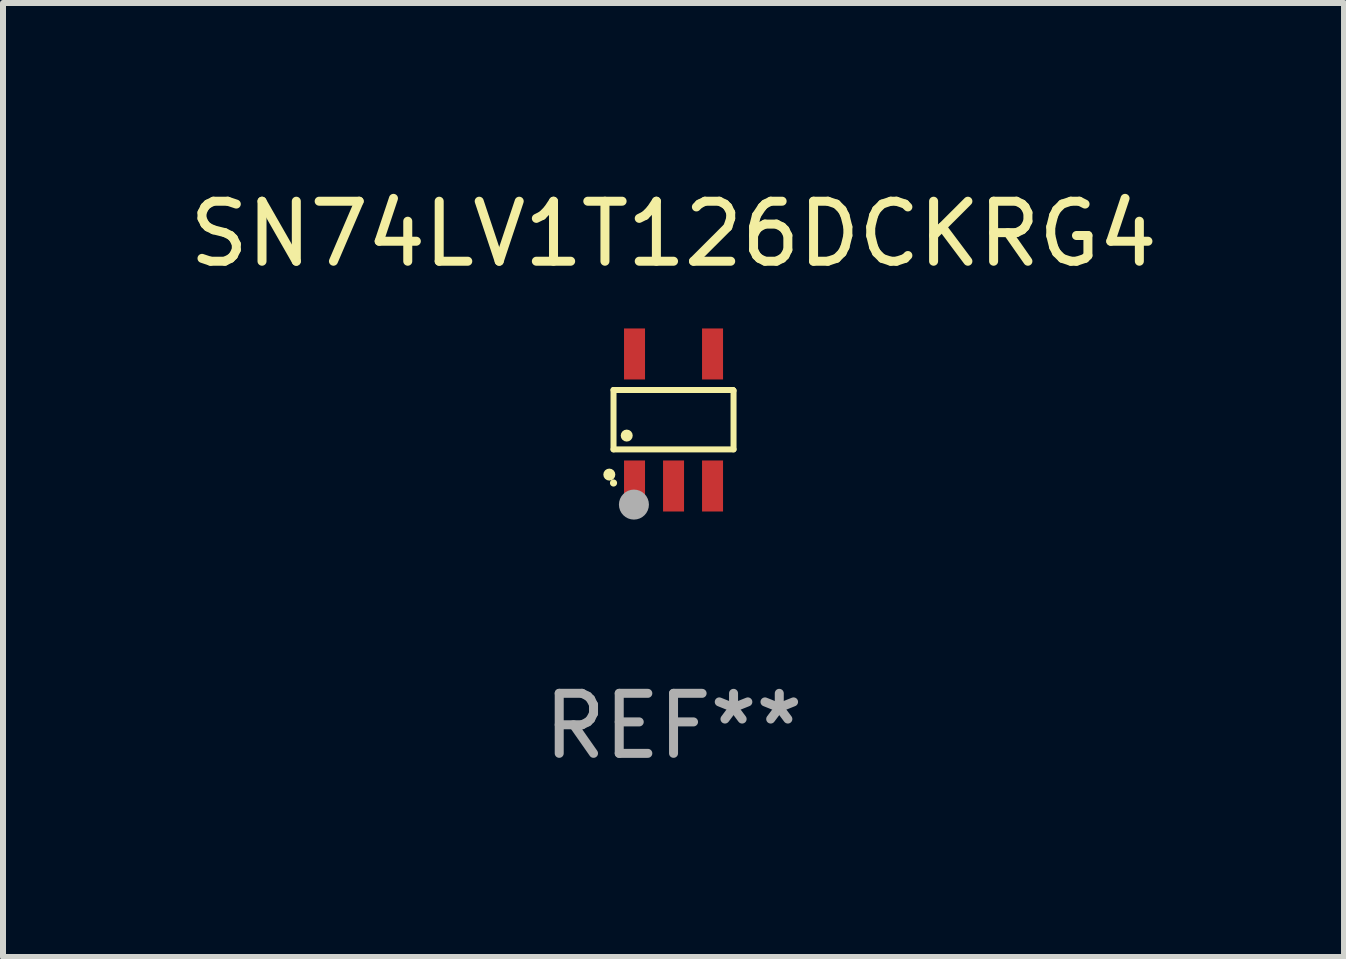
<source format=kicad_pcb>
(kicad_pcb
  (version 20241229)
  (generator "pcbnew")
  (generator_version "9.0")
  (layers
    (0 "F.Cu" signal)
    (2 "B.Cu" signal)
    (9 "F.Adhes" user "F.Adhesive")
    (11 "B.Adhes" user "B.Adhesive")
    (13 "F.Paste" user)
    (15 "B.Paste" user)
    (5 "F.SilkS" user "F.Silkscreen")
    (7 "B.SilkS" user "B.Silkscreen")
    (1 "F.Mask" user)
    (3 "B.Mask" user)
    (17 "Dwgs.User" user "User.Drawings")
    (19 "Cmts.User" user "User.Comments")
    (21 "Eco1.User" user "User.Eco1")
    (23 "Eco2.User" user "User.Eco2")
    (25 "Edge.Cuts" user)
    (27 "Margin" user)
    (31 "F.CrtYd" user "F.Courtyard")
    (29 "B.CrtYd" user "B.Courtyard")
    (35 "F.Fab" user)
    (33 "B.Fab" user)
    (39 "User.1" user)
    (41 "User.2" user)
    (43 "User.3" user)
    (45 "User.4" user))
  (footprint "SN74LV1T126DCKRG4"
    (layer "F.Cu")
    (at 8.173 3.948)
    (property "Reference" "SN74LV1T126DCKRG4" (at 0 -3.1 0) (layer "F.SilkS") (effects (font (size 1 1) (thickness 0.15))))
    (attr through_hole)
    (fp_line (start -1 -0.5) (end -1 0.49) (stroke (width 0.1) (type solid)) (layer "F.SilkS"))
    (fp_line (start -1 0.49) (end 1 0.49) (stroke (width 0.1) (type solid)) (layer "F.SilkS"))
    (fp_line (start 0.99 -0.5) (end -1 -0.5) (stroke (width 0.1) (type solid)) (layer "F.SilkS"))
    (fp_line (start 1 -0.49) (end 0.99 -0.5) (stroke (width 0.1) (type solid)) (layer "F.SilkS"))
    (fp_line (start 1 0.49) (end 1 -0.49) (stroke (width 0.1) (type solid)) (layer "F.SilkS"))
    (fp_circle (center -1.07 0.91) (end -1.02 0.91) (stroke (width 0.1) (type solid)) (fill no) (layer "F.SilkS"))
    (fp_circle (center -1 1.05) (end -0.97 1.05) (stroke (width 0.06) (type solid)) (fill no) (layer "F.SilkS"))
    (fp_circle (center -0.78 0.26) (end -0.73 0.26) (stroke (width 0.1) (type solid)) (fill no) (layer "F.SilkS"))
    (fp_circle (center -0.66 1.41) (end -0.535 1.41) (stroke (width 0.25) (type solid)) (fill no) (layer "F.Fab"))
    (fp_text user "REF**" (at 0 5.1 0) (layer "F.Fab") (effects (font (size 1 1) (thickness 0.15))))
    (pad "1" smd rect (at -0.65 1.1) (size 0.35 0.85) (layers "F.Cu" "F.Mask" "F.Paste"))
    (pad "2" smd rect (at 0.000051 1.1) (size 0.35 0.85) (layers "F.Cu" "F.Mask" "F.Paste"))
    (pad "3" smd rect (at 0.65 1.1) (size 0.35 0.85) (layers "F.Cu" "F.Mask" "F.Paste"))
    (pad "4" smd rect (at 0.65 -1.1) (size 0.35 0.85) (layers "F.Cu" "F.Mask" "F.Paste"))
    (pad "5" smd rect (at -0.65 -1.1) (size 0.35 0.85) (layers "F.Cu" "F.Mask" "F.Paste")))
  (gr_rect
    (start -3 -3)
    (end 19.345 12.896)
    (stroke (width 0.1) (type default))
    (fill no)
    (layer "Edge.Cuts")))
</source>
